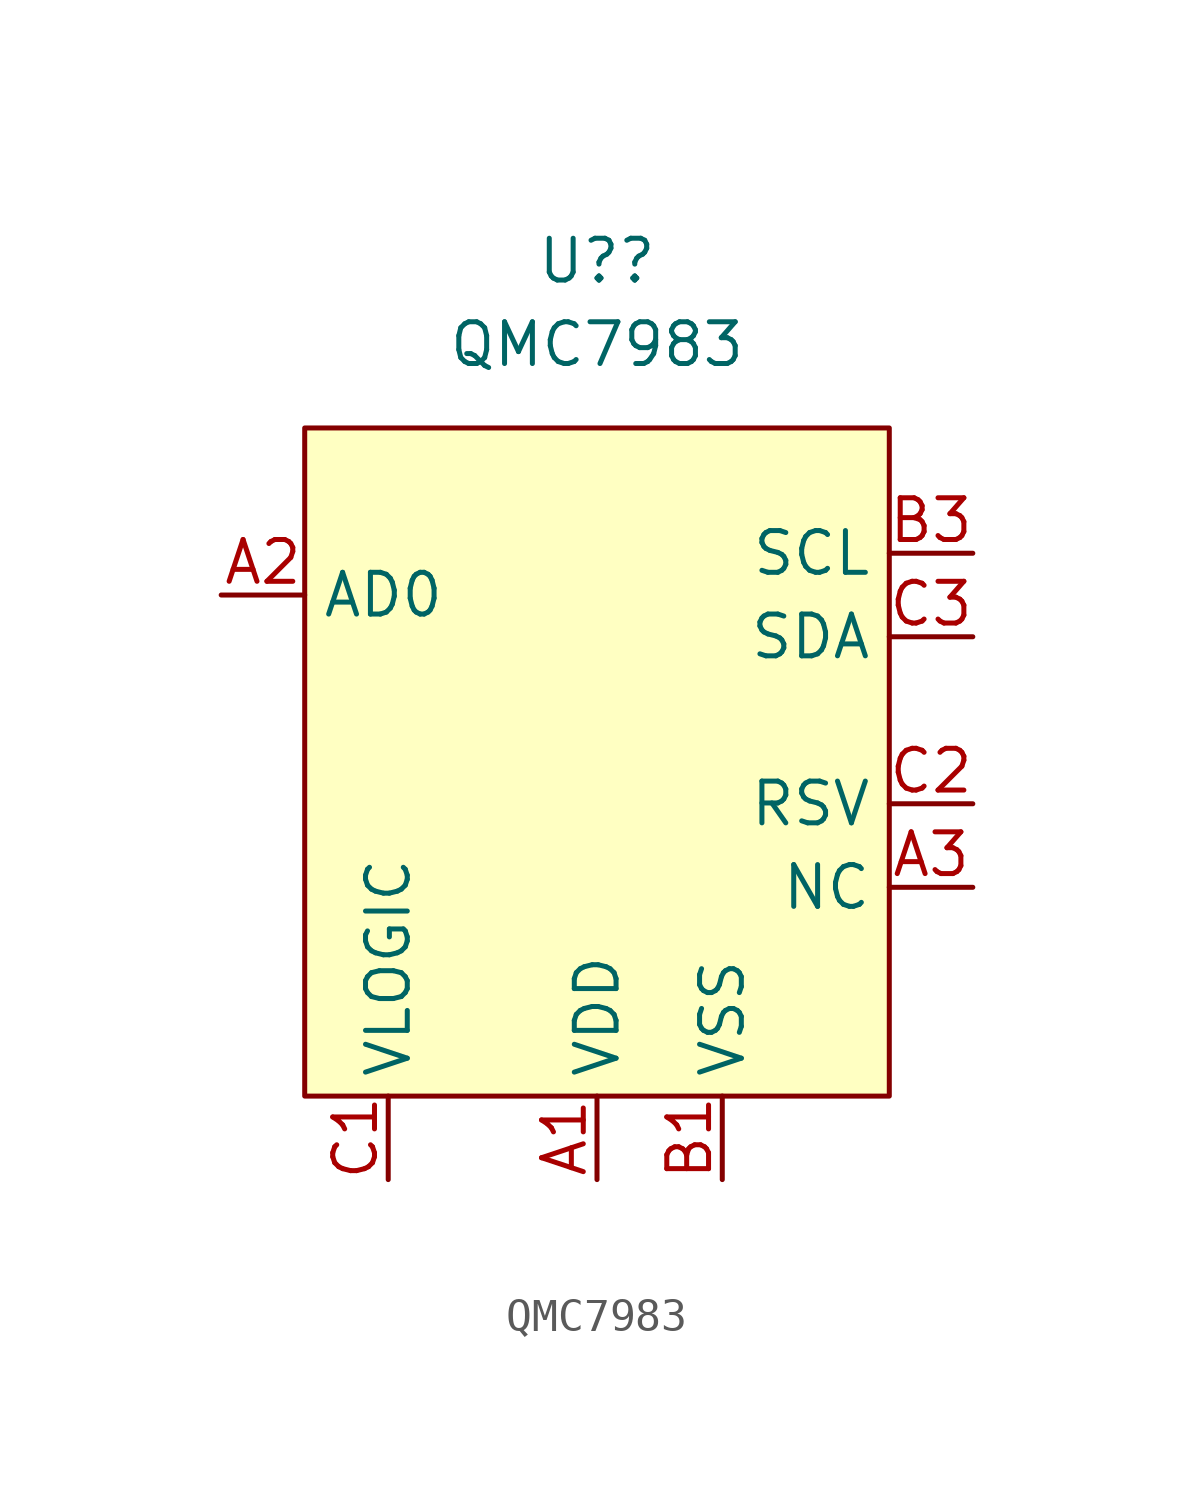
<source format=kicad_sym>
(kicad_symbol_lib
  (version 20211014)
  (generator kicad_symbol_editor)
  (symbol "QMC7983"
    (property "Reference" "U?"
      (at 0 15.24 0)
      (effects (font (size 1.27 1.27))))
    (property "Value" "QMC7983"
      (at 0 12.7 0)
      (effects (font (size 1.27 1.27))))
    (symbol "QMC7983_0_1"
      (rectangle (start -8.89 10.16) (end 8.89 -10.16) (stroke (width 0) (type default) (color 0 0 0 0)) (fill (type background))))
    (symbol "QMC7983_1_1"
      (pin input line (at 0 -12.7 90) (length 2.54) (name "VDD" (effects (font (size 1.27 1.27)))) (number "A1" (effects (font (size 1.27 1.27)))))
      (pin input line (at -11.43 5.08 0) (length 2.54) (name "AD0" (effects (font (size 1.27 1.27)))) (number "A2" (effects (font (size 1.27 1.27)))))
      (pin input line (at 11.43 -3.81 180) (length 2.54) (name "NC" (effects (font (size 1.27 1.27)))) (number "A3" (effects (font (size 1.27 1.27)))))
      (pin input line (at 3.81 -12.7 90) (length 2.54) (name "VSS" (effects (font (size 1.27 1.27)))) (number "B1" (effects (font (size 1.27 1.27)))))
      (pin input line (at 11.43 6.35 180) (length 2.54) (name "SCL" (effects (font (size 1.27 1.27)))) (number "B3" (effects (font (size 1.27 1.27)))))
      (pin input line (at -6.35 -12.7 90) (length 2.54) (name "VLOGIC" (effects (font (size 1.27 1.27)))) (number "C1" (effects (font (size 1.27 1.27)))))
      (pin input line (at 11.43 -1.27 180) (length 2.54) (name "RSV" (effects (font (size 1.27 1.27)))) (number "C2" (effects (font (size 1.27 1.27)))))
      (pin input line (at 11.43 3.81 180) (length 2.54) (name "SDA" (effects (font (size 1.27 1.27)))) (number "C3" (effects (font (size 1.27 1.27))))))))
</source>
